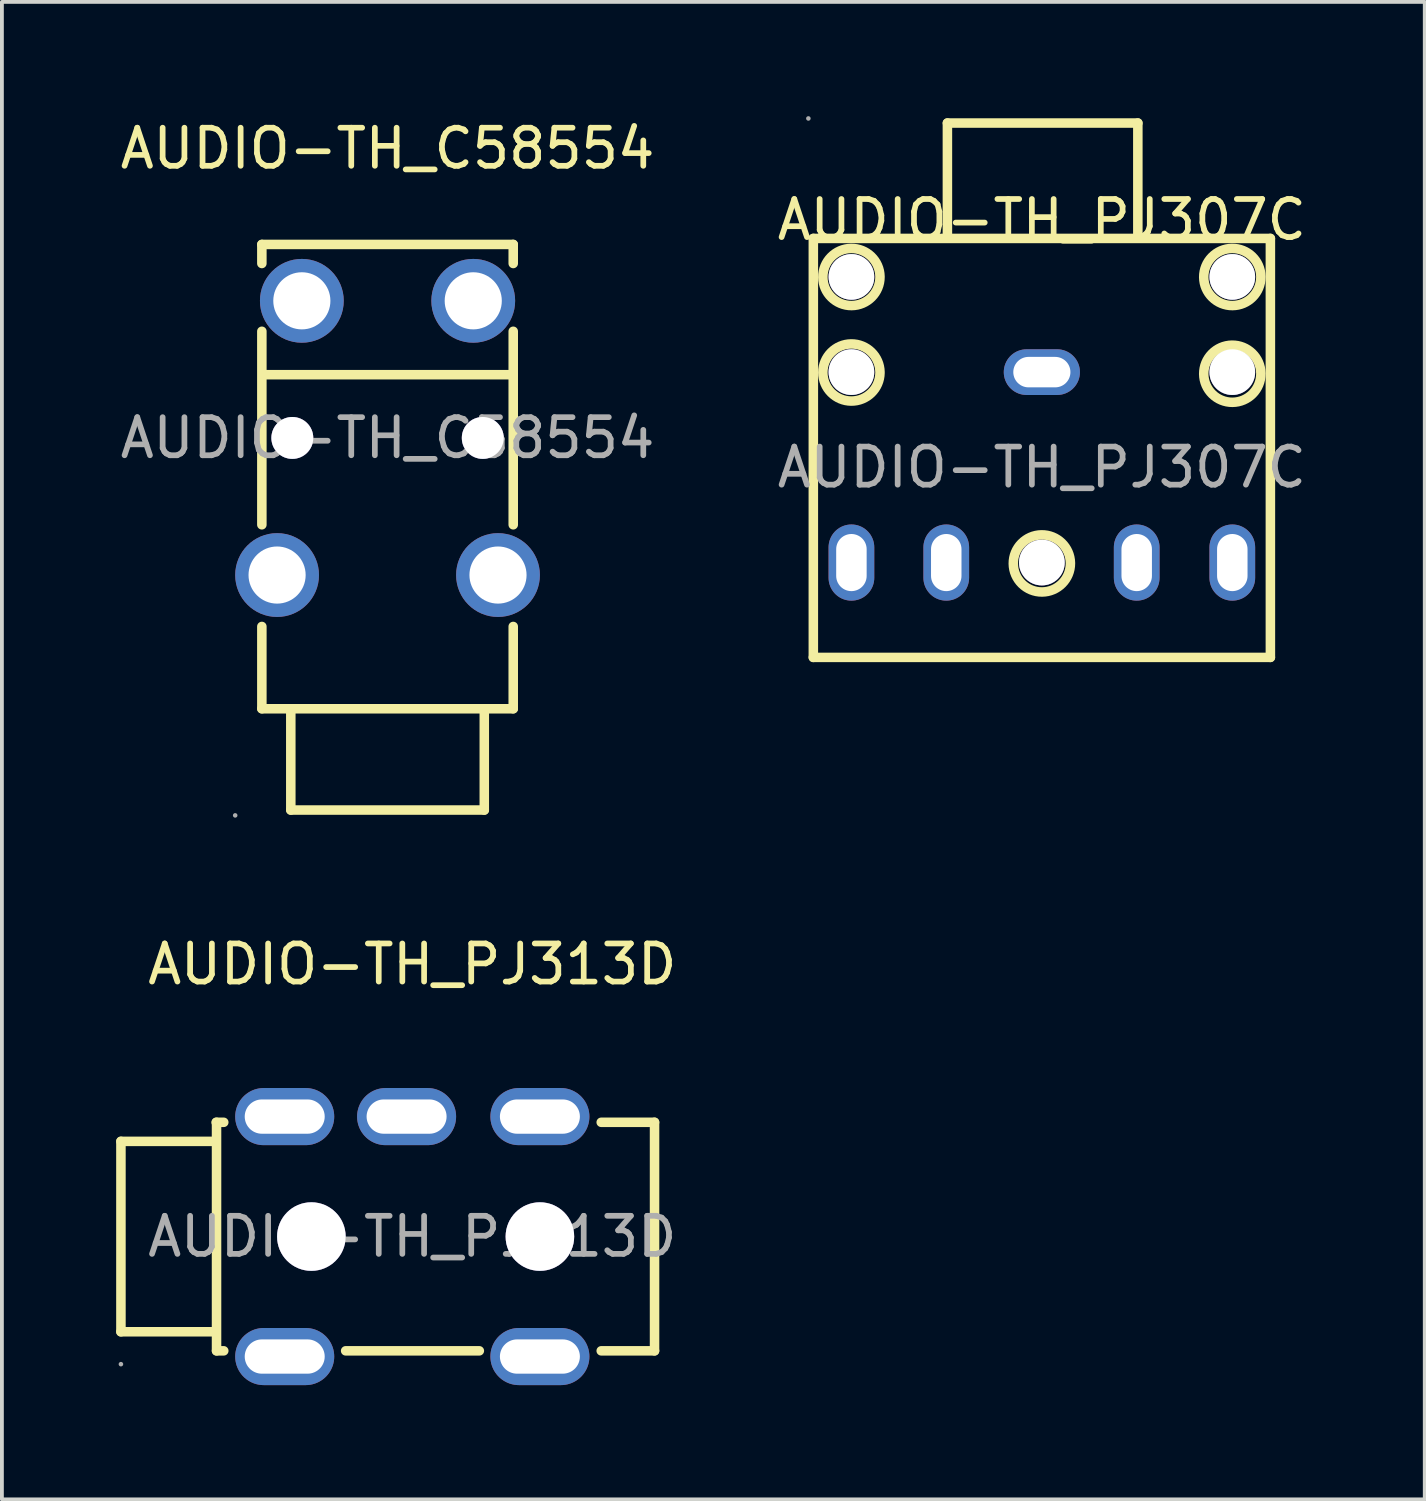
<source format=kicad_pcb>
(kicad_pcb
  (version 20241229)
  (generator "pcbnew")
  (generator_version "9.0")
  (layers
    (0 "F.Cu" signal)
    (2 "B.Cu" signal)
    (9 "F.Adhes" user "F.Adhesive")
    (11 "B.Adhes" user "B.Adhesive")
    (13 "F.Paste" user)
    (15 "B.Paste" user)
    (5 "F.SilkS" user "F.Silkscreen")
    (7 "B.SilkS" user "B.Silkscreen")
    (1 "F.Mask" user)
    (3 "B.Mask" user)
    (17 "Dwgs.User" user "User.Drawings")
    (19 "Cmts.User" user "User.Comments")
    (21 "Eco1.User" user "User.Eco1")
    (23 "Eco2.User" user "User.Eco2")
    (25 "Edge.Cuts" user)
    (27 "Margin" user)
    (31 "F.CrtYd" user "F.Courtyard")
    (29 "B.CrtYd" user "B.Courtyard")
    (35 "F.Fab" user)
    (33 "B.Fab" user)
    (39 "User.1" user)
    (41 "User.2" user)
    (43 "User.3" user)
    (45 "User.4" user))
  (footprint "AUDIO-TH_PJ313D"
    (layer "F.Cu")
    (at 7.775 29.416)
    (property "Reference" "AUDIO-TH_PJ313D" (at 0 -7.15 0) (layer "F.SilkS") (effects (font (size 1 1) (thickness 0.15))))
    (attr through_hole)
    (fp_line (start -7.65 -2.5) (end -5.15 -2.5) (stroke (width 0.25) (type solid)) (layer "F.SilkS"))
    (fp_line (start -7.65 2.5) (end -7.65 -2.5) (stroke (width 0.25) (type solid)) (layer "F.SilkS"))
    (fp_line (start -7.65 2.5) (end -5.15 2.5) (stroke (width 0.25) (type solid)) (layer "F.SilkS"))
    (fp_line (start -5.15 -3) (end -4.95 -3) (stroke (width 0.25) (type solid)) (layer "F.SilkS"))
    (fp_line (start -5.14 -3) (end -5.14 3) (stroke (width 0.25) (type solid)) (layer "F.SilkS"))
    (fp_line (start -5.14 3) (end -4.95 3) (stroke (width 0.25) (type solid)) (layer "F.SilkS"))
    (fp_line (start -1.75 3) (end 1.76 3) (stroke (width 0.25) (type solid)) (layer "F.SilkS"))
    (fp_line (start 4.96 -3) (end 6.36 -3) (stroke (width 0.25) (type solid)) (layer "F.SilkS"))
    (fp_line (start 4.96 3) (end 6.36 3) (stroke (width 0.25) (type solid)) (layer "F.SilkS"))
    (fp_line (start 6.36 -3) (end 6.36 3) (stroke (width 0.25) (type solid)) (layer "F.SilkS"))
    (fp_circle (center -2.65 0) (end -2.37 0) (stroke (width 0.55) (type solid)) (fill no) (layer "Cmts.User"))
    (fp_circle (center 3.35 0) (end 3.63 0) (stroke (width 0.55) (type solid)) (fill no) (layer "Cmts.User"))
    (fp_circle (center -7.65 3.35) (end -7.62 3.35) (stroke (width 0.06) (type solid)) (fill no) (layer "F.Fab"))
    (fp_text user "${REFERENCE}" (at 0 0 0) (layer "F.Fab") (effects (font (size 1 1) (thickness 0.15))))
    (pad "" thru_hole circle (at -2.65 0) (size 1.8 1.8) (drill 1.8) (layers "*.Cu" "*.Mask"))
    (pad "" thru_hole circle (at 3.35 0) (size 1.8 1.8) (drill 1.8) (layers "*.Cu" "*.Mask"))
    (pad "2" thru_hole oval (at -3.35 -3.15) (size 2.6 1.5) (drill oval 2.1 0.9) (layers "*.Cu" "*.Paste" "*.Mask"))
    (pad "2" thru_hole oval (at -3.35 3.15) (size 2.6 1.5) (drill oval 2.1 0.9) (layers "*.Cu" "*.Paste" "*.Mask"))
    (pad "3" thru_hole oval (at -0.15 -3.15) (size 2.6 1.5) (drill oval 2.1 0.9) (layers "*.Cu" "*.Paste" "*.Mask"))
    (pad "4" thru_hole oval (at 3.35 -3.15) (size 2.6 1.5) (drill oval 2.1 0.9) (layers "*.Cu" "*.Paste" "*.Mask"))
    (pad "4" thru_hole oval (at 3.35 3.15) (size 2.6 1.5) (drill oval 2.1 0.9) (layers "*.Cu" "*.Paste" "*.Mask")))
  (footprint "AUDIO-TH_PJ307C"
    (layer "F.Cu")
    (at 24.304 9.22)
    (property "Reference" "AUDIO-TH_PJ307C" (at 0 -6.5 0) (layer "F.SilkS") (effects (font (size 1 1) (thickness 0.15))))
    (attr through_hole)
    (fp_line (start -6 -6.01) (end -6 4.99) (stroke (width 0.25) (type solid)) (layer "F.SilkS"))
    (fp_line (start -6 4.99) (end 6 4.99) (stroke (width 0.25) (type solid)) (layer "F.SilkS"))
    (fp_line (start -2.48 -9.04) (end 2.52 -9.04) (stroke (width 0.25) (type solid)) (layer "F.SilkS"))
    (fp_line (start -2.48 -6.04) (end -2.48 -9.04) (stroke (width 0.25) (type solid)) (layer "F.SilkS"))
    (fp_line (start 2.52 -9.04) (end 2.52 -6.04) (stroke (width 0.25) (type solid)) (layer "F.SilkS"))
    (fp_line (start 6 -6.01) (end -6 -6.01) (stroke (width 0.25) (type solid)) (layer "F.SilkS"))
    (fp_line (start 6 4.99) (end 6 -6.01) (stroke (width 0.25) (type solid)) (layer "F.SilkS"))
    (fp_arc (start -4.25 -5) (mid -5.749984 -4.995026) (end -4.250066 -5.009948) (stroke (width 0.25) (type solid)) (layer "F.SilkS"))
    (fp_arc (start -4.25 -2.48) (mid -5.750067 -2.489986) (end -4.25 -2.500029) (stroke (width 0.25) (type solid)) (layer "F.SilkS"))
    (fp_arc (start 0.75 2.52) (mid -0.749984 2.524974) (end 0.749934 2.510052) (stroke (width 0.25) (type solid)) (layer "F.SilkS"))
    (fp_arc (start 5.75 -5) (mid 4.250016 -4.995026) (end 5.749934 -5.009948) (stroke (width 0.25) (type solid)) (layer "F.SilkS"))
    (fp_arc (start 5.75 -2.46) (mid 4.250016 -2.455026) (end 5.749934 -2.469948) (stroke (width 0.25) (type solid)) (layer "F.SilkS"))
    (fp_circle (center -6.13 -9.16) (end -6.1 -9.16) (stroke (width 0.06) (type solid)) (fill no) (layer "F.Fab"))
    (fp_circle (center -5 -5) (end -4.75 -5) (stroke (width 0.5) (type solid)) (fill no) (layer "F.Fab"))
    (fp_circle (center -5 -2.5) (end -4.75 -2.5) (stroke (width 0.5) (type solid)) (fill no) (layer "F.Fab"))
    (fp_circle (center 0 2.5) (end 0.25 2.5) (stroke (width 0.5) (type solid)) (fill no) (layer "F.Fab"))
    (fp_circle (center 5 -5) (end 5.25 -5) (stroke (width 0.5) (type solid)) (fill no) (layer "F.Fab"))
    (fp_circle (center 5 -2.5) (end 5.25 -2.5) (stroke (width 0.5) (type solid)) (fill no) (layer "F.Fab"))
    (fp_text user "${REFERENCE}" (at 0 0 0) (layer "F.Fab") (effects (font (size 1 1) (thickness 0.15))))
    (pad "" thru_hole circle (at -5 -5) (size 1.2 1.2) (drill 1.2) (layers "*.Cu" "*.Mask"))
    (pad "" thru_hole circle (at -5 -2.5) (size 1.2 1.2) (drill 1.2) (layers "*.Cu" "*.Mask"))
    (pad "" thru_hole circle (at 0 2.5) (size 1.2 1.2) (drill 1.2) (layers "*.Cu" "*.Mask"))
    (pad "" thru_hole circle (at 5 -5) (size 1.2 1.2) (drill 1.2) (layers "*.Cu" "*.Mask"))
    (pad "" thru_hole circle (at 5 -2.5) (size 1.2 1.2) (drill 1.2) (layers "*.Cu" "*.Mask"))
    (pad "1" thru_hole oval (at 0 -2.5) (size 2 1.2) (drill oval 1.5 0.8) (layers "*.Cu" "*.Paste" "*.Mask"))
    (pad "2" thru_hole oval (at 5 2.5 90) (size 2 1.2) (drill oval 1.5 0.8) (layers "*.Cu" "*.Paste" "*.Mask"))
    (pad "3" thru_hole oval (at 2.49 2.5 90) (size 2 1.2) (drill oval 1.5 0.8) (layers "*.Cu" "*.Paste" "*.Mask"))
    (pad "4" thru_hole oval (at -2.51 2.5 90) (size 2 1.2) (drill oval 1.5 0.8) (layers "*.Cu" "*.Paste" "*.Mask"))
    (pad "5" thru_hole oval (at -5 2.5 90) (size 2 1.2) (drill oval 1.5 0.8) (layers "*.Cu" "*.Paste" "*.Mask")))
  (footprint "AUDIO-TH_C58554"
    (layer "F.Cu")
    (at 7.125 8.448)
    (property "Reference" "AUDIO-TH_C58554" (at 0 -7.6 0) (layer "F.SilkS") (effects (font (size 1 1) (thickness 0.15))))
    (attr through_hole)
    (fp_line (start -3.3 -5.08) (end 3.3 -5.08) (stroke (width 0.25) (type solid)) (layer "F.SilkS"))
    (fp_line (start -3.3 -4.58) (end -3.3 -5.08) (stroke (width 0.25) (type solid)) (layer "F.SilkS"))
    (fp_line (start -3.3 2.28) (end -3.3 -2.8) (stroke (width 0.25) (type solid)) (layer "F.SilkS"))
    (fp_line (start -3.3 4.95) (end -3.3 7.11) (stroke (width 0.25) (type solid)) (layer "F.SilkS"))
    (fp_line (start -3.3 7.11) (end -2.5 7.11) (stroke (width 0.25) (type solid)) (layer "F.SilkS"))
    (fp_line (start -2.54 9.77) (end -2.54 7.11) (stroke (width 0.25) (type solid)) (layer "F.SilkS"))
    (fp_line (start -2.5 7.11) (end 2.5 7.11) (stroke (width 0.25) (type solid)) (layer "F.SilkS"))
    (fp_line (start 2.5 7.11) (end 2.54 7.11) (stroke (width 0.25) (type solid)) (layer "F.SilkS"))
    (fp_line (start 2.54 7.11) (end 2.54 9.77) (stroke (width 0.25) (type solid)) (layer "F.SilkS"))
    (fp_line (start 2.54 9.77) (end -2.54 9.77) (stroke (width 0.25) (type solid)) (layer "F.SilkS"))
    (fp_line (start 3.25 -1.66) (end -3.25 -1.66) (stroke (width 0.25) (type solid)) (layer "F.SilkS"))
    (fp_line (start 3.3 -5.08) (end 3.3 -4.58) (stroke (width 0.25) (type solid)) (layer "F.SilkS"))
    (fp_line (start 3.3 -1.66) (end 3.25 -1.66) (stroke (width 0.25) (type solid)) (layer "F.SilkS"))
    (fp_line (start 3.3 -1.66) (end 3.3 -2.8) (stroke (width 0.25) (type solid)) (layer "F.SilkS"))
    (fp_line (start 3.3 2.28) (end 3.3 -1.66) (stroke (width 0.25) (type solid)) (layer "F.SilkS"))
    (fp_line (start 3.3 4.95) (end 3.3 7.11) (stroke (width 0.25) (type solid)) (layer "F.SilkS"))
    (fp_line (start 3.3 7.11) (end 2.54 7.11) (stroke (width 0.25) (type solid)) (layer "F.SilkS"))
    (fp_circle (center -4 9.91) (end -3.97 9.91) (stroke (width 0.06) (type solid)) (fill no) (layer "F.Fab"))
    (fp_circle (center -2.9 3.6) (end -2.57 3.6) (stroke (width 0.65) (type solid)) (fill no) (layer "F.Fab"))
    (fp_circle (center -2.5 0) (end -2.27 0) (stroke (width 0.45) (type solid)) (fill no) (layer "F.Fab"))
    (fp_circle (center -2.25 -3.6) (end -1.92 -3.6) (stroke (width 0.65) (type solid)) (fill no) (layer "F.Fab"))
    (fp_circle (center 2.25 -3.6) (end 2.58 -3.6) (stroke (width 0.65) (type solid)) (fill no) (layer "F.Fab"))
    (fp_circle (center 2.5 0) (end 2.73 0) (stroke (width 0.45) (type solid)) (fill no) (layer "F.Fab"))
    (fp_circle (center 2.9 3.6) (end 3.23 3.6) (stroke (width 0.65) (type solid)) (fill no) (layer "F.Fab"))
    (fp_text user "${REFERENCE}" (at 0 0 0) (layer "F.Fab") (effects (font (size 1 1) (thickness 0.15))))
    (pad "" thru_hole circle (at -2.5 0) (size 1.1 1.1) (drill 1.1) (layers "*.Cu" "*.Mask"))
    (pad "" thru_hole circle (at 2.5 0) (size 1.1 1.1) (drill 1.1) (layers "*.Cu" "*.Mask"))
    (pad "A" thru_hole circle (at -2.9 3.6 90) (size 2.2 2.2) (drill 1.5) (layers "*.Cu" "*.Paste" "*.Mask"))
    (pad "A" thru_hole circle (at 2.9 3.6 90) (size 2.2 2.2) (drill 1.5) (layers "*.Cu" "*.Paste" "*.Mask"))
    (pad "B" thru_hole circle (at 2.25 -3.6 90) (size 2.2 2.2) (drill 1.5) (layers "*.Cu" "*.Paste" "*.Mask"))
    (pad "C" thru_hole circle (at -2.25 -3.6 90) (size 2.2 2.2) (drill 1.5) (layers "*.Cu" "*.Paste" "*.Mask")))
  (gr_rect
    (start -3 -3)
    (end 34.357 36.316)
    (stroke (width 0.1) (type default))
    (fill no)
    (layer "Edge.Cuts")))
</source>
